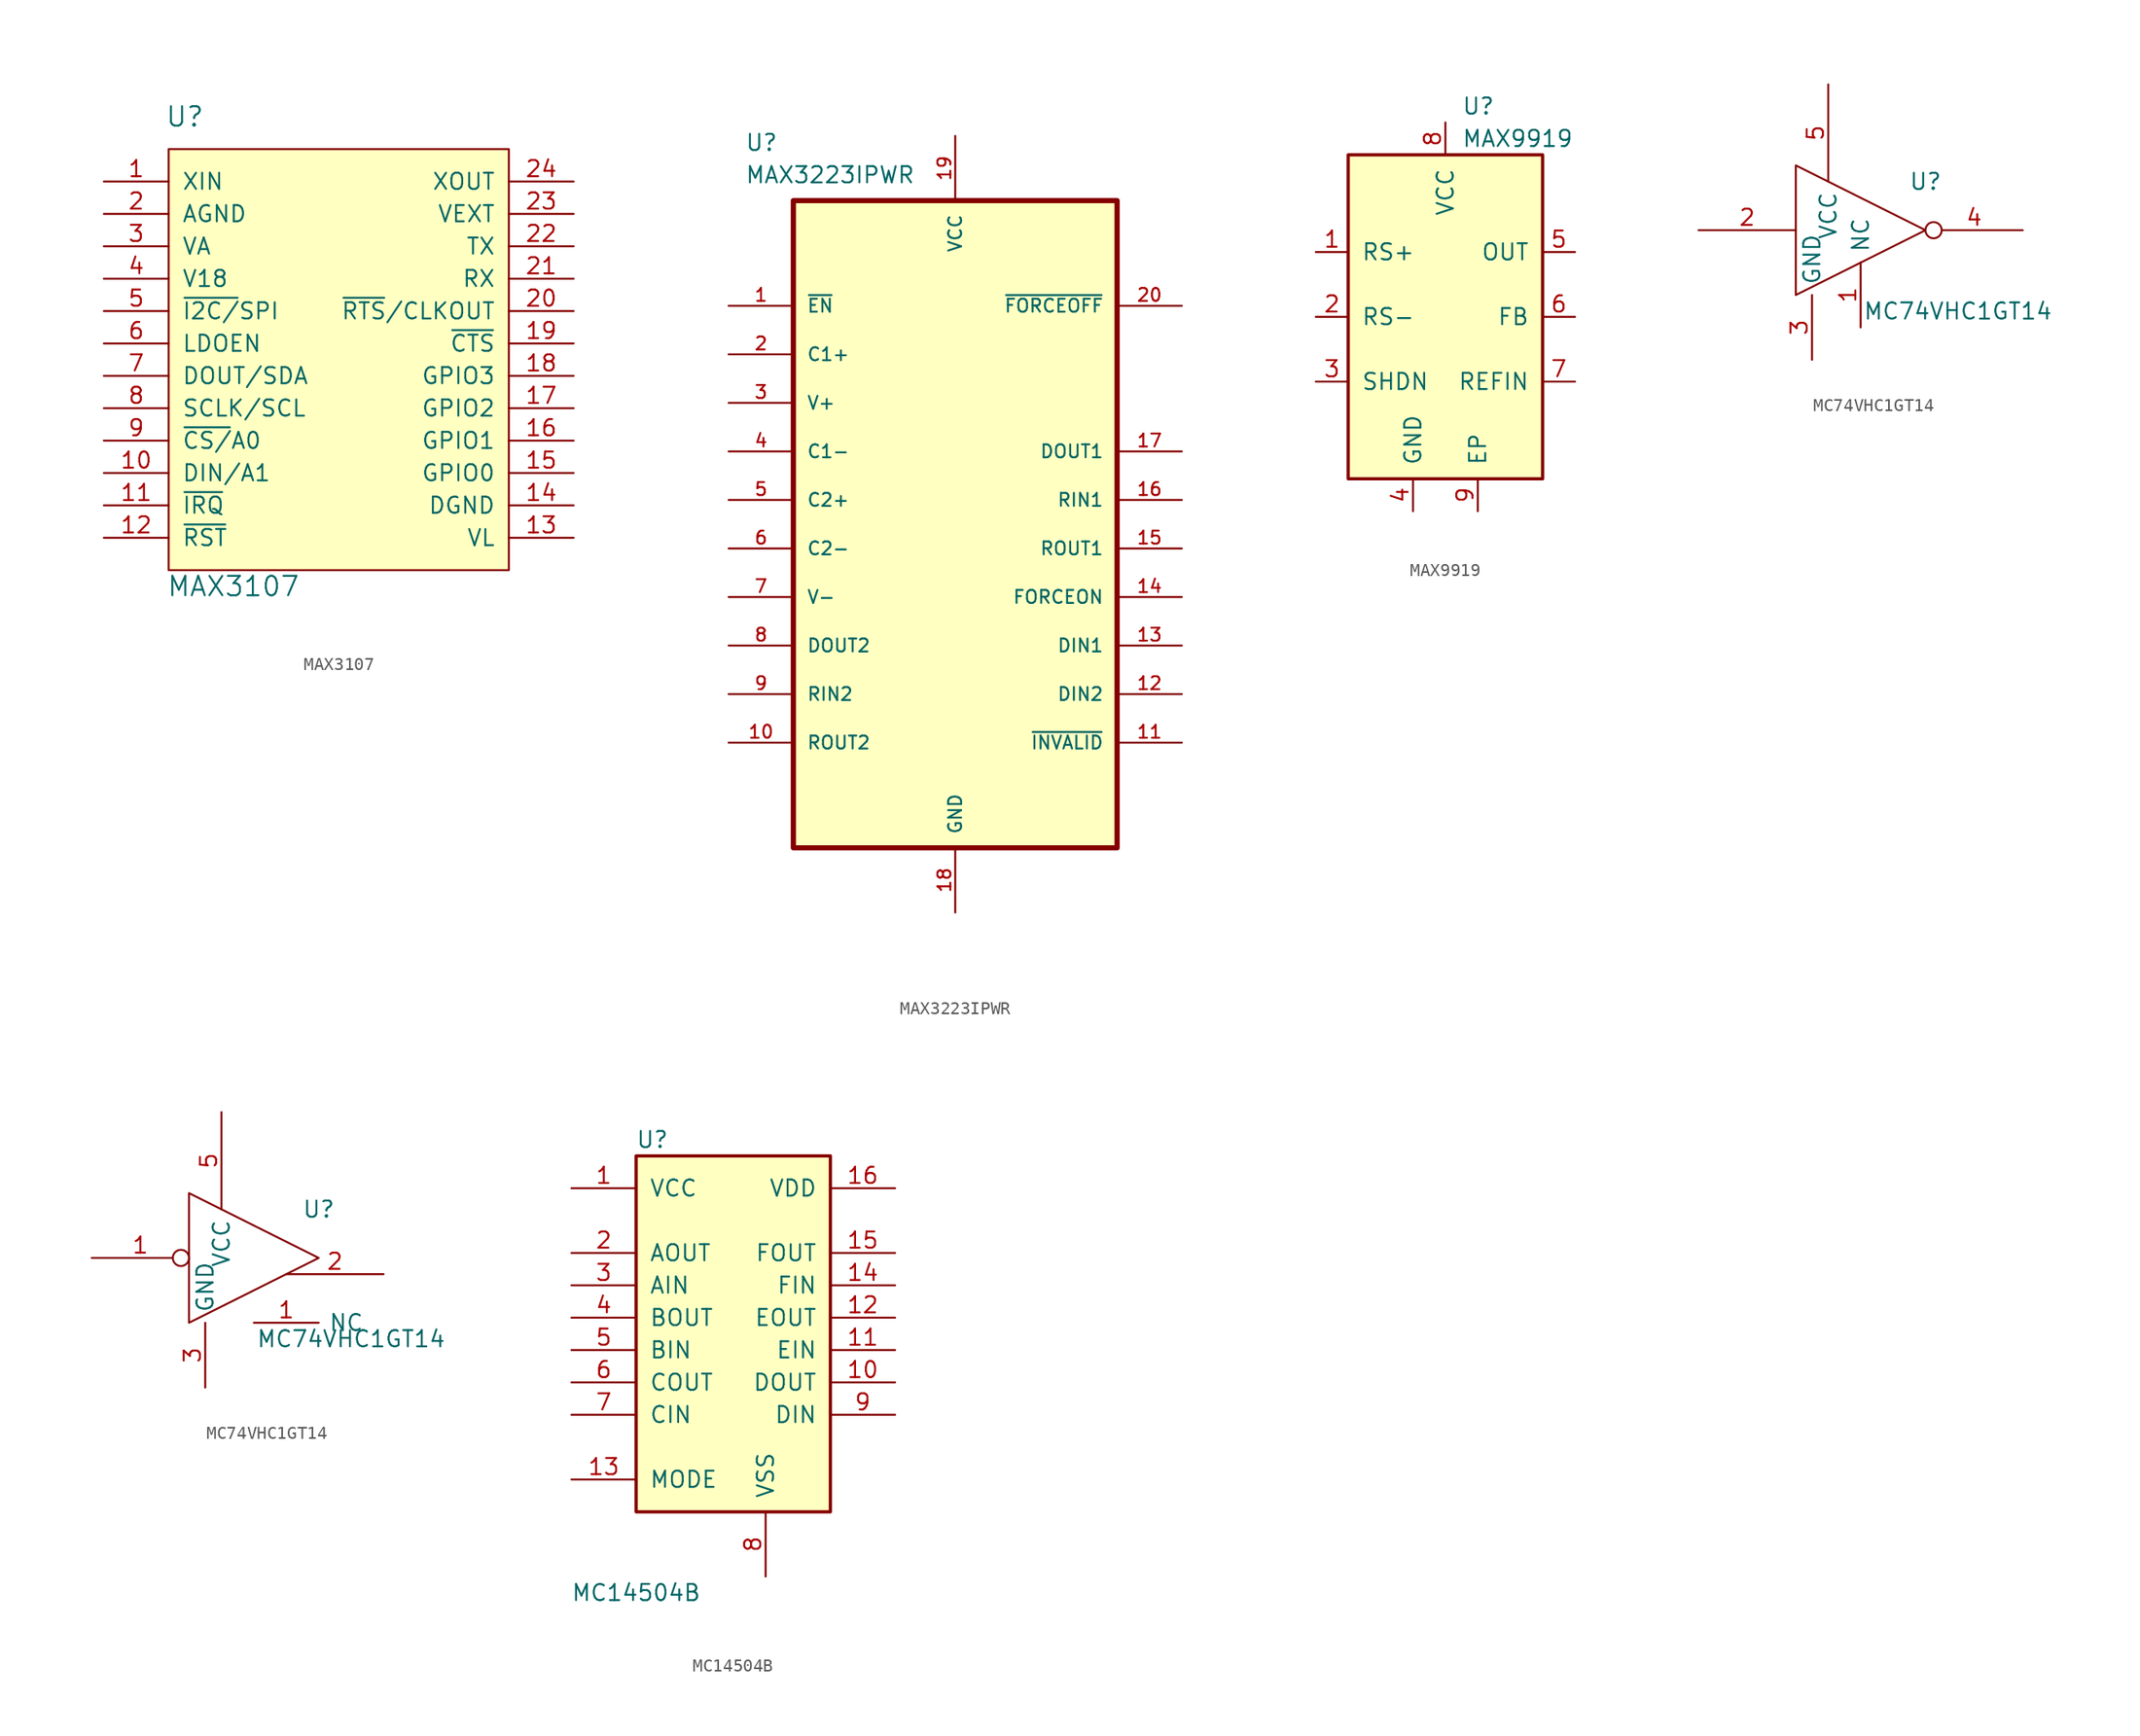
<source format=kicad_sym>
(kicad_symbol_lib
  (version 20211014)
  (generator kicad_symbol_editor)
  (symbol "MAX3107"
    (pin_names
      (offset 1.016))
    (property "Reference" "U"
      (at -6.35 6.35 0)
      (effects (font (size 1.524 1.524))))
    (property "Value" "MAX3107"
      (at -2.54 -30.48 0)
      (effects (font (size 1.524 1.524))))
    (symbol "MAX3107_0_0"
      (rectangle (start -7.62 3.81) (end 19.05 -29.21) (stroke (width 0) (type default) (color 0 0 0 0)) (fill (type background))))
    (symbol "MAX3107_1_1"
      (pin input line (at -12.7 1.27 0) (length 5.08) (name "XIN" (effects (font (size 1.27 1.27)))) (number "1" (effects (font (size 1.27 1.27)))))
      (pin input line (at -12.7 -21.59 0) (length 5.08) (name "DIN/A1" (effects (font (size 1.27 1.27)))) (number "10" (effects (font (size 1.27 1.27)))))
      (pin output line (at -12.7 -24.13 0) (length 5.08) (name "~{IRQ}" (effects (font (size 1.27 1.27)))) (number "11" (effects (font (size 1.27 1.27)))))
      (pin input line (at -12.7 -26.67 0) (length 5.08) (name "~{RST}" (effects (font (size 1.27 1.27)))) (number "12" (effects (font (size 1.27 1.27)))))
      (pin power_in line (at 24.13 -26.67 180) (length 5.08) (name "VL" (effects (font (size 1.27 1.27)))) (number "13" (effects (font (size 1.27 1.27)))))
      (pin power_in line (at 24.13 -24.13 180) (length 5.08) (name "DGND" (effects (font (size 1.27 1.27)))) (number "14" (effects (font (size 1.27 1.27)))))
      (pin bidirectional line (at 24.13 -21.59 180) (length 5.08) (name "GPIO0" (effects (font (size 1.27 1.27)))) (number "15" (effects (font (size 1.27 1.27)))))
      (pin bidirectional line (at 24.13 -19.05 180) (length 5.08) (name "GPIO1" (effects (font (size 1.27 1.27)))) (number "16" (effects (font (size 1.27 1.27)))))
      (pin bidirectional line (at 24.13 -16.51 180) (length 5.08) (name "GPIO2" (effects (font (size 1.27 1.27)))) (number "17" (effects (font (size 1.27 1.27)))))
      (pin bidirectional line (at 24.13 -13.97 180) (length 5.08) (name "GPIO3" (effects (font (size 1.27 1.27)))) (number "18" (effects (font (size 1.27 1.27)))))
      (pin input line (at 24.13 -11.43 180) (length 5.08) (name "~{CTS}" (effects (font (size 1.27 1.27)))) (number "19" (effects (font (size 1.27 1.27)))))
      (pin power_in line (at -12.7 -1.27 0) (length 5.08) (name "AGND" (effects (font (size 1.27 1.27)))) (number "2" (effects (font (size 1.27 1.27)))))
      (pin output line (at 24.13 -8.89 180) (length 5.08) (name "~{RTS}/CLKOUT" (effects (font (size 1.27 1.27)))) (number "20" (effects (font (size 1.27 1.27)))))
      (pin input line (at 24.13 -6.35 180) (length 5.08) (name "RX" (effects (font (size 1.27 1.27)))) (number "21" (effects (font (size 1.27 1.27)))))
      (pin output line (at 24.13 -3.81 180) (length 5.08) (name "TX" (effects (font (size 1.27 1.27)))) (number "22" (effects (font (size 1.27 1.27)))))
      (pin power_in line (at 24.13 -1.27 180) (length 5.08) (name "VEXT" (effects (font (size 1.27 1.27)))) (number "23" (effects (font (size 1.27 1.27)))))
      (pin input line (at 24.13 1.27 180) (length 5.08) (name "XOUT" (effects (font (size 1.27 1.27)))) (number "24" (effects (font (size 1.27 1.27)))))
      (pin power_in line (at -12.7 -3.81 0) (length 5.08) (name "VA" (effects (font (size 1.27 1.27)))) (number "3" (effects (font (size 1.27 1.27)))))
      (pin input line (at -12.7 -6.35 0) (length 5.08) (name "V18" (effects (font (size 1.27 1.27)))) (number "4" (effects (font (size 1.27 1.27)))))
      (pin input line (at -12.7 -8.89 0) (length 5.08) (name "~{I2C/}SPI" (effects (font (size 1.27 1.27)))) (number "5" (effects (font (size 1.27 1.27)))))
      (pin input line (at -12.7 -11.43 0) (length 5.08) (name "LDOEN" (effects (font (size 1.27 1.27)))) (number "6" (effects (font (size 1.27 1.27)))))
      (pin tri_state line (at -12.7 -13.97 0) (length 5.08) (name "DOUT/SDA" (effects (font (size 1.27 1.27)))) (number "7" (effects (font (size 1.27 1.27)))))
      (pin input line (at -12.7 -16.51 0) (length 5.08) (name "SCLK/SCL" (effects (font (size 1.27 1.27)))) (number "8" (effects (font (size 1.27 1.27)))))
      (pin input line (at -12.7 -19.05 0) (length 5.08) (name "~{CS/}A0" (effects (font (size 1.27 1.27)))) (number "9" (effects (font (size 1.27 1.27)))))))
  (symbol "MAX3223IPWR"
    (pin_names
      (offset 1.016))
    (property "Reference" "U"
      (at -16.51 29.21 0)
      (effects (font (size 1.27 1.27)) (justify left bottom)))
    (property "Value" "MAX3223IPWR"
      (at -16.51 26.67 0)
      (effects (font (size 1.27 1.27)) (justify left bottom)))
    (property "ki_locked" ""
      (at 0 0 0)
      (effects (font (size 1.27 1.27))))
    (symbol "MAX3223IPWR_0_0"
      (rectangle (start -12.7 -25.4) (end 12.7 25.4) (stroke (width 0.406) (type default) (color 0 0 0 0)) (fill (type background)))
      (pin input line (at -17.78 17.145 0) (length 5.08) (name "~{EN}" (effects (font (size 1.016 1.016)))) (number "1" (effects (font (size 1.016 1.016)))))
      (pin output line (at -17.78 -17.145 0) (length 5.08) (name "ROUT2" (effects (font (size 1.016 1.016)))) (number "10" (effects (font (size 1.016 1.016)))))
      (pin input line (at 17.78 -17.145 180) (length 5.08) (name "~{INVALID}" (effects (font (size 1.016 1.016)))) (number "11" (effects (font (size 1.016 1.016)))))
      (pin input line (at 17.78 -13.335 180) (length 5.08) (name "DIN2" (effects (font (size 1.016 1.016)))) (number "12" (effects (font (size 1.016 1.016)))))
      (pin input line (at 17.78 -9.525 180) (length 5.08) (name "DIN1" (effects (font (size 1.016 1.016)))) (number "13" (effects (font (size 1.016 1.016)))))
      (pin input line (at 17.78 -5.715 180) (length 5.08) (name "FORCEON" (effects (font (size 1.016 1.016)))) (number "14" (effects (font (size 1.016 1.016)))))
      (pin output line (at 17.78 -1.905 180) (length 5.08) (name "ROUT1" (effects (font (size 1.016 1.016)))) (number "15" (effects (font (size 1.016 1.016)))))
      (pin input line (at 17.78 1.905 180) (length 5.08) (name "RIN1" (effects (font (size 1.016 1.016)))) (number "16" (effects (font (size 1.016 1.016)))))
      (pin output line (at 17.78 5.715 180) (length 5.08) (name "DOUT1" (effects (font (size 1.016 1.016)))) (number "17" (effects (font (size 1.016 1.016)))))
      (pin power_in line (at 0 -30.48 90) (length 5.08) (name "GND" (effects (font (size 1.016 1.016)))) (number "18" (effects (font (size 1.016 1.016)))))
      (pin power_in line (at 0 30.48 270) (length 5.08) (name "VCC" (effects (font (size 1.016 1.016)))) (number "19" (effects (font (size 1.016 1.016)))))
      (pin input line (at -17.78 13.335 0) (length 5.08) (name "C1+" (effects (font (size 1.016 1.016)))) (number "2" (effects (font (size 1.016 1.016)))))
      (pin input line (at 17.78 17.145 180) (length 5.08) (name "~{FORCEOFF}" (effects (font (size 1.016 1.016)))) (number "20" (effects (font (size 1.016 1.016)))))
      (pin power_in line (at -17.78 9.525 0) (length 5.08) (name "V+" (effects (font (size 1.016 1.016)))) (number "3" (effects (font (size 1.016 1.016)))))
      (pin input line (at -17.78 5.715 0) (length 5.08) (name "C1-" (effects (font (size 1.016 1.016)))) (number "4" (effects (font (size 1.016 1.016)))))
      (pin input line (at -17.78 1.905 0) (length 5.08) (name "C2+" (effects (font (size 1.016 1.016)))) (number "5" (effects (font (size 1.016 1.016)))))
      (pin input line (at -17.78 -1.905 0) (length 5.08) (name "C2-" (effects (font (size 1.016 1.016)))) (number "6" (effects (font (size 1.016 1.016)))))
      (pin power_in line (at -17.78 -5.715 0) (length 5.08) (name "V-" (effects (font (size 1.016 1.016)))) (number "7" (effects (font (size 1.016 1.016)))))
      (pin output line (at -17.78 -9.525 0) (length 5.08) (name "DOUT2" (effects (font (size 1.016 1.016)))) (number "8" (effects (font (size 1.016 1.016)))))
      (pin input line (at -17.78 -13.335 0) (length 5.08) (name "RIN2" (effects (font (size 1.016 1.016)))) (number "9" (effects (font (size 1.016 1.016)))))))
  (symbol "MAX9919"
    (pin_names
      (offset 1.016))
    (property "Reference" "U"
      (at 1.27 16.51 0)
      (effects (font (size 1.27 1.27)) (justify left)))
    (property "Value" "MAX9919"
      (at 1.27 13.97 0)
      (effects (font (size 1.27 1.27)) (justify left)))
    (symbol "MAX9919_1_1"
      (rectangle (start -7.62 12.7) (end 7.62 -12.7) (stroke (width 0.254) (type default) (color 0 0 0 0)) (fill (type background)))
      (pin input line (at -10.16 5.08 0) (length 2.54) (name "RS+" (effects (font (size 1.27 1.27)))) (number "1" (effects (font (size 1.27 1.27)))))
      (pin input line (at -10.16 0 0) (length 2.54) (name "RS-" (effects (font (size 1.27 1.27)))) (number "2" (effects (font (size 1.27 1.27)))))
      (pin input line (at -10.16 -5.08 0) (length 2.54) (name "SHDN" (effects (font (size 1.27 1.27)))) (number "3" (effects (font (size 1.27 1.27)))))
      (pin power_in line (at -2.54 -15.24 90) (length 2.54) (name "GND" (effects (font (size 1.27 1.27)))) (number "4" (effects (font (size 1.27 1.27)))))
      (pin output line (at 10.16 5.08 180) (length 2.54) (name "OUT" (effects (font (size 1.27 1.27)))) (number "5" (effects (font (size 1.27 1.27)))))
      (pin output line (at 10.16 0 180) (length 2.54) (name "FB" (effects (font (size 1.27 1.27)))) (number "6" (effects (font (size 1.27 1.27)))))
      (pin input line (at 10.16 -5.08 180) (length 2.54) (name "REFIN" (effects (font (size 1.27 1.27)))) (number "7" (effects (font (size 1.27 1.27)))))
      (pin power_in line (at 0 15.24 270) (length 2.54) (name "VCC" (effects (font (size 1.27 1.27)))) (number "8" (effects (font (size 1.27 1.27)))))
      (pin power_in line (at 2.54 -15.24 90) (length 2.54) (name "EP" (effects (font (size 1.27 1.27)))) (number "9" (effects (font (size 1.27 1.27)))))))
  (symbol "MC74VHC1GT14"
    (pin_names
      (offset 0.762))
    (property "Reference" "U"
      (at 6.35 5.08 0)
      (effects (font (size 1.27 1.27))))
    (property "Value" "MC74VHC1GT14"
      (at 8.89 -5.08 0)
      (effects (font (size 1.27 1.27))))
    (property "Footprint" ""
      (at 0 0 0)
      (effects (font (size 1.27 1.27))))
    (property "Datasheet" ""
      (at 0 0 0)
      (effects (font (size 1.27 1.27))))
    (symbol "MC74VHC1GT14_0_0"
      (polyline (pts (xy -3.81 6.35) (xy -3.81 -3.81) (xy 6.35 1.27) (xy -3.81 6.35) (xy -3.81 3.81)) (stroke (width 0) (type default) (color 0 0 0 0)) (fill (type none))))
    (symbol "MC74VHC1GT14_1_1"
      (pin input line (at 1.27 -6.35 90) (length 5.08) (name "NC" (effects (font (size 1.27 1.27)))) (number "1" (effects (font (size 1.27 1.27)))))
      (pin input line (at -11.43 1.27 0) (length 7.62) (name "~" (effects (font (size 1.27 1.27)))) (number "2" (effects (font (size 1.27 1.27)))))
      (pin input line (at -2.54 -8.89 90) (length 5.08) (name "GND" (effects (font (size 1.27 1.27)))) (number "3" (effects (font (size 1.27 1.27)))))
      (pin output inverted (at 13.97 1.27 180) (length 7.62) (name "~" (effects (font (size 1.27 1.27)))) (number "4" (effects (font (size 1.27 1.27)))))
      (pin input line (at -1.27 12.7 270) (length 7.62) (name "VCC" (effects (font (size 1.27 1.27)))) (number "5" (effects (font (size 1.27 1.27))))))
    (symbol "MC74VHC1GT14_1_2"
      (pin input line (at 1.27 -3.81 0) (length 5.08) (name "NC" (effects (font (size 1.27 1.27)))) (number "1" (effects (font (size 1.27 1.27)))))
      (pin input inverted (at -11.43 1.27 0) (length 7.62) (name "~" (effects (font (size 1.27 1.27)))) (number "1" (effects (font (size 1.27 1.27)))))
      (pin output line (at 11.43 0 180) (length 7.62) (name "~" (effects (font (size 1.27 1.27)))) (number "2" (effects (font (size 1.27 1.27)))))
      (pin input line (at -2.54 -8.89 90) (length 5.08) (name "GND" (effects (font (size 1.27 1.27)))) (number "3" (effects (font (size 1.27 1.27)))))
      (pin input line (at -1.27 12.7 270) (length 7.62) (name "VCC" (effects (font (size 1.27 1.27)))) (number "5" (effects (font (size 1.27 1.27)))))))
  (symbol "MC14504B"
    (pin_names
      (offset 1.016))
    (property "Reference" "U"
      (at -6.35 19.05 0)
      (effects (font (size 1.27 1.27))))
    (property "Value" "MC14504B"
      (at -7.62 -16.51 0)
      (effects (font (size 1.27 1.27))))
    (symbol "MC14504B_1_0"
      (pin power_in line (at -12.7 15.24 0) (length 5.08) (name "VCC" (effects (font (size 1.27 1.27)))) (number "1" (effects (font (size 1.27 1.27)))))
      (pin output line (at 12.7 0 180) (length 5.08) (name "DOUT" (effects (font (size 1.27 1.27)))) (number "10" (effects (font (size 1.27 1.27)))))
      (pin input line (at 12.7 2.54 180) (length 5.08) (name "EIN" (effects (font (size 1.27 1.27)))) (number "11" (effects (font (size 1.27 1.27)))))
      (pin output line (at 12.7 5.08 180) (length 5.08) (name "EOUT" (effects (font (size 1.27 1.27)))) (number "12" (effects (font (size 1.27 1.27)))))
      (pin input line (at -12.7 -7.62 0) (length 5.08) (name "MODE" (effects (font (size 1.27 1.27)))) (number "13" (effects (font (size 1.27 1.27)))))
      (pin input line (at 12.7 7.62 180) (length 5.08) (name "FIN" (effects (font (size 1.27 1.27)))) (number "14" (effects (font (size 1.27 1.27)))))
      (pin output line (at 12.7 10.16 180) (length 5.08) (name "FOUT" (effects (font (size 1.27 1.27)))) (number "15" (effects (font (size 1.27 1.27)))))
      (pin power_in line (at 12.7 15.24 180) (length 5.08) (name "VDD" (effects (font (size 1.27 1.27)))) (number "16" (effects (font (size 1.27 1.27)))))
      (pin output line (at -12.7 10.16 0) (length 5.08) (name "AOUT" (effects (font (size 1.27 1.27)))) (number "2" (effects (font (size 1.27 1.27)))))
      (pin input line (at -12.7 7.62 0) (length 5.08) (name "AIN" (effects (font (size 1.27 1.27)))) (number "3" (effects (font (size 1.27 1.27)))))
      (pin output line (at -12.7 5.08 0) (length 5.08) (name "BOUT" (effects (font (size 1.27 1.27)))) (number "4" (effects (font (size 1.27 1.27)))))
      (pin input line (at -12.7 2.54 0) (length 5.08) (name "BIN" (effects (font (size 1.27 1.27)))) (number "5" (effects (font (size 1.27 1.27)))))
      (pin output line (at -12.7 0 0) (length 5.08) (name "COUT" (effects (font (size 1.27 1.27)))) (number "6" (effects (font (size 1.27 1.27)))))
      (pin input line (at -12.7 -2.54 0) (length 5.08) (name "CIN" (effects (font (size 1.27 1.27)))) (number "7" (effects (font (size 1.27 1.27)))))
      (pin power_in line (at 2.54 -15.24 90) (length 5.08) (name "VSS" (effects (font (size 1.27 1.27)))) (number "8" (effects (font (size 1.27 1.27)))))
      (pin input line (at 12.7 -2.54 180) (length 5.08) (name "DIN" (effects (font (size 1.27 1.27)))) (number "9" (effects (font (size 1.27 1.27))))))
    (symbol "MC14504B_1_1"
      (rectangle (start -7.62 17.78) (end 7.62 -10.16) (stroke (width 0.254) (type default) (color 0 0 0 0)) (fill (type background))))))
</source>
